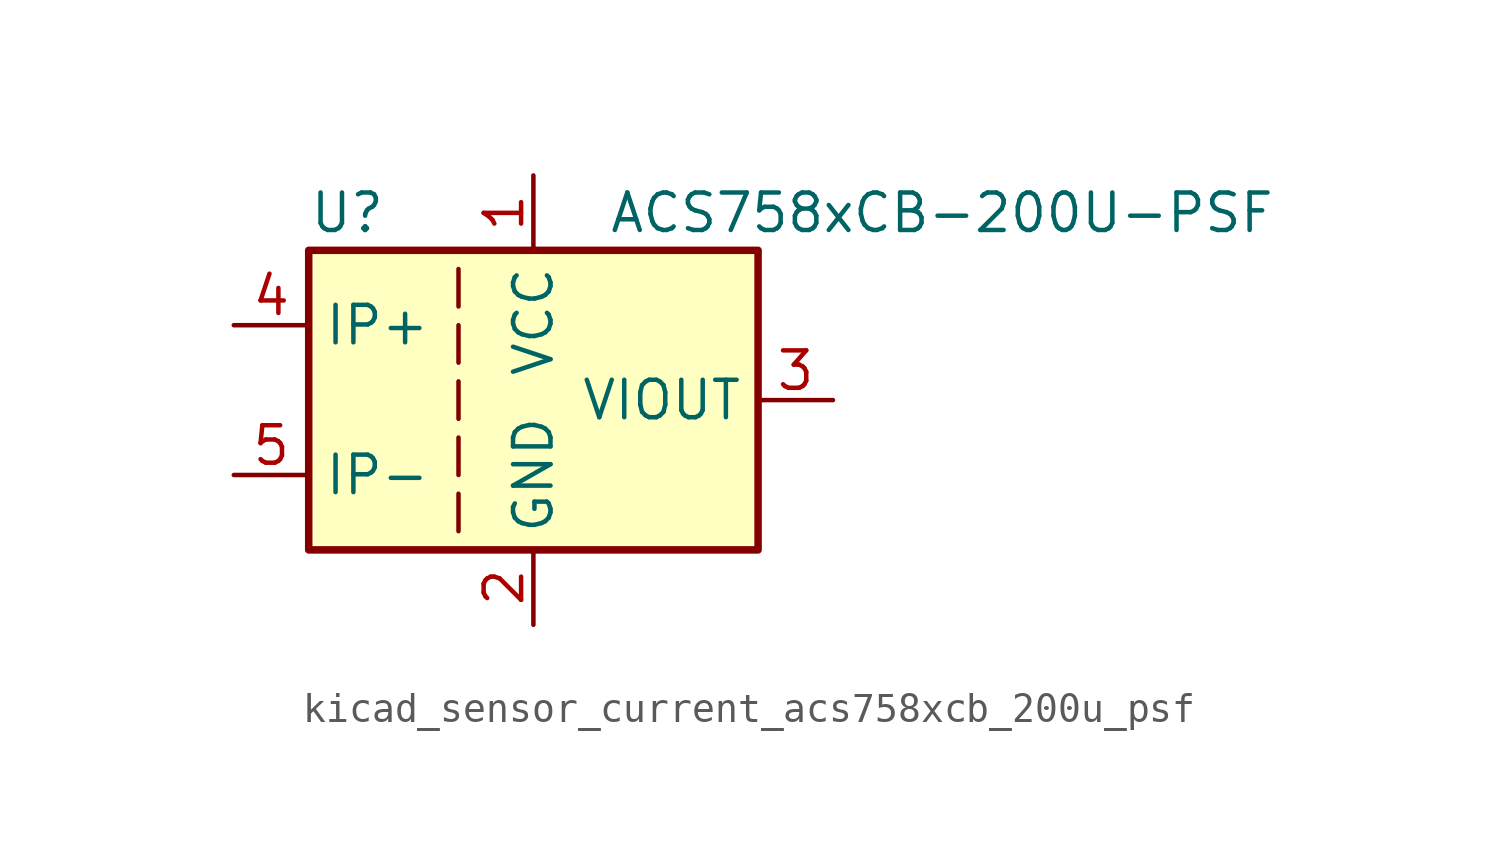
<source format=kicad_sym>
(kicad_symbol_lib
  (version 20220914)
  (generator kicad_symbol_editor)
  (symbol "kicad_sensor_current_acs758xcb_200u_psf"
    (property "Reference" "U"
      (at -7.62 6.35 0)
      (effects (font (size 1.27 1.27)) (justify left)))
    (property "Value" "ACS758xCB-200U-PSF"
      (at 2.54 6.35 0)
      (effects (font (size 1.27 1.27)) (justify left)))
    (symbol "kicad_sensor_current_acs758xcb_200u_psf_0_1"
      (rectangle (start -7.62 5.08) (end 7.62 -5.08) (stroke (width 0.254) (type default)) (fill (type background)))
      (polyline (pts (xy -2.54 -3.175) (xy -2.54 -4.445)) (stroke (width 0) (type default)) (fill (type none)))
      (polyline (pts (xy -2.54 -1.27) (xy -2.54 -2.54)) (stroke (width 0) (type default)) (fill (type none)))
      (polyline (pts (xy -2.54 0.635) (xy -2.54 -0.635)) (stroke (width 0) (type default)) (fill (type none)))
      (polyline (pts (xy -2.54 1.27) (xy -2.54 2.54)) (stroke (width 0) (type default)) (fill (type none)))
      (polyline (pts (xy -2.54 3.175) (xy -2.54 4.445)) (stroke (width 0) (type default)) (fill (type none))))
    (symbol "kicad_sensor_current_acs758xcb_200u_psf_1_1"
      (pin power_in line (at 0 7.62 270) (length 2.54) (name "VCC" (effects (font (size 1.27 1.27)))) (number "1" (effects (font (size 1.27 1.27)))))
      (pin power_in line (at 0 -7.62 90) (length 2.54) (name "GND" (effects (font (size 1.27 1.27)))) (number "2" (effects (font (size 1.27 1.27)))))
      (pin output line (at 10.16 0 180) (length 2.54) (name "VIOUT" (effects (font (size 1.27 1.27)))) (number "3" (effects (font (size 1.27 1.27)))))
      (pin passive line (at -10.16 2.54 0) (length 2.54) (name "IP+" (effects (font (size 1.27 1.27)))) (number "4" (effects (font (size 1.27 1.27)))))
      (pin passive line (at -10.16 -2.54 0) (length 2.54) (name "IP-" (effects (font (size 1.27 1.27)))) (number "5" (effects (font (size 1.27 1.27))))))))
</source>
